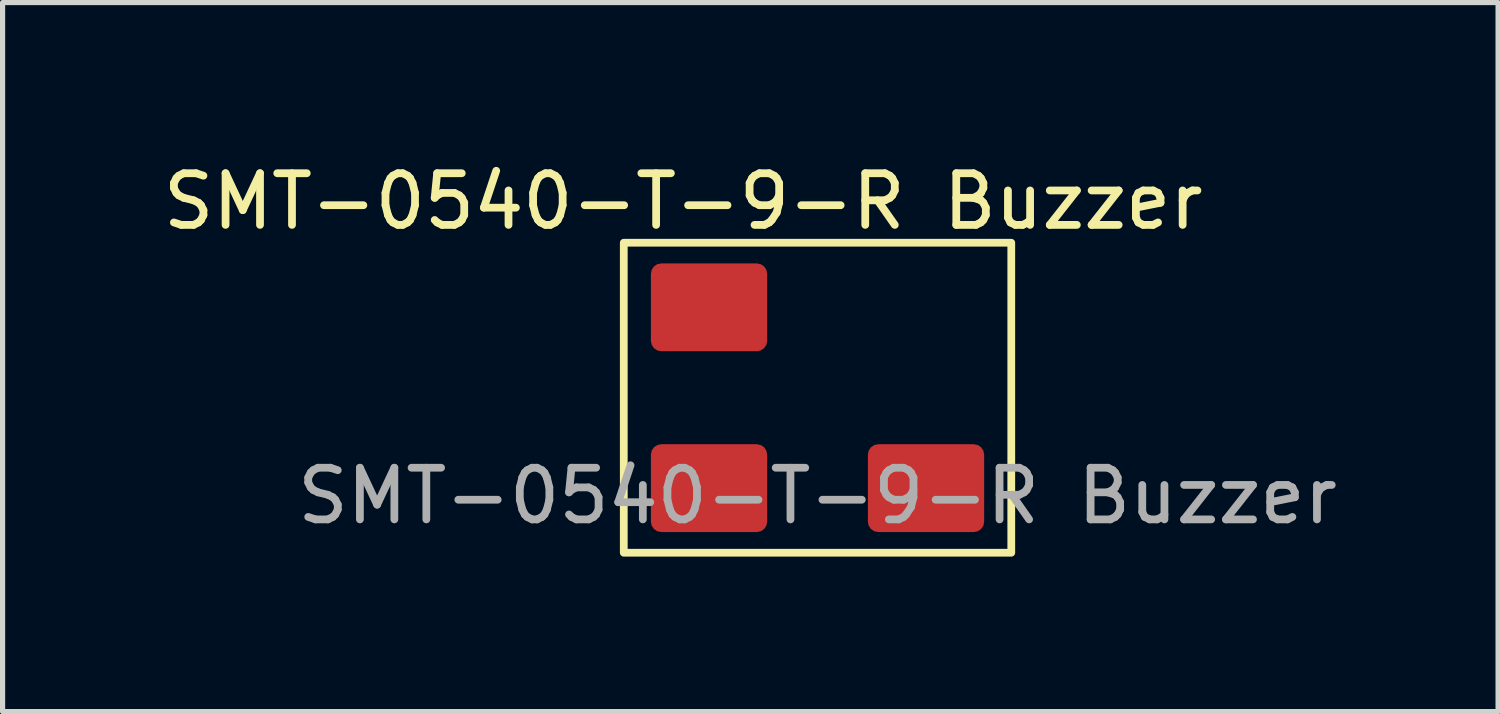
<source format=kicad_pcb>
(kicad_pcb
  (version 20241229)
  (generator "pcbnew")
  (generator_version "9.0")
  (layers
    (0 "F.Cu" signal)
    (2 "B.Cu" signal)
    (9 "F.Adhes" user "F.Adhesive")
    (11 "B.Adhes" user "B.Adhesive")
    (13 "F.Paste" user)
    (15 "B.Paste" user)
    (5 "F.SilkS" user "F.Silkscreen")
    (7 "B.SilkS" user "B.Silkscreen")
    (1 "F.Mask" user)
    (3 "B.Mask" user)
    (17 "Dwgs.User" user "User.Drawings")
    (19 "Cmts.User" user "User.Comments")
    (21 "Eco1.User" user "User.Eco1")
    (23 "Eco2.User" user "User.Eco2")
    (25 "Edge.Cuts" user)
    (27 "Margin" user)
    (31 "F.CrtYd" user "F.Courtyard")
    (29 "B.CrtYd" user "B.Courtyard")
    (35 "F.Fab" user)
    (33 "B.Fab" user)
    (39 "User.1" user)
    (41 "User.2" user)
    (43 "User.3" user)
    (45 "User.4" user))
  (footprint "SMT-0540-T-9-R Buzzer"
    (layer "F.Cu")
    (at 12.773 4.648)
    (property "Reference" "SMT-0540-T-9-R Buzzer" (at -2.6 -3.8 0) (unlocked yes) (layer "F.SilkS") (effects (font (size 1 1) (thickness 0.15))))
    (attr smd)
    (fp_rect (start -3.75 -3) (end 3.75 3) (stroke (width 0.15) (type default)) (fill no) (layer "F.SilkS"))
    (fp_text user "${REFERENCE}" (at 0 1.9 0) (unlocked yes) (layer "F.Fab") (effects (font (size 1 1) (thickness 0.15))))
    (pad "1" smd roundrect (at -2.1 1.75) (size 2.25 1.7) (layers "F.Cu" "F.Mask" "F.Paste") (roundrect_rratio 0.118))
    (pad "2" smd roundrect (at 2.1 1.75) (size 2.25 1.7) (layers "F.Cu" "F.Mask" "F.Paste") (roundrect_rratio 0.118))
    (pad "3" smd roundrect (at -2.1 -1.75) (size 2.25 1.7) (layers "F.Cu" "F.Mask" "F.Paste") (roundrect_rratio 0.118)))
  (gr_rect
    (start -3 -3)
    (end 25.945 10.723)
    (stroke (width 0.1) (type default))
    (fill no)
    (layer "Edge.Cuts")))
</source>
